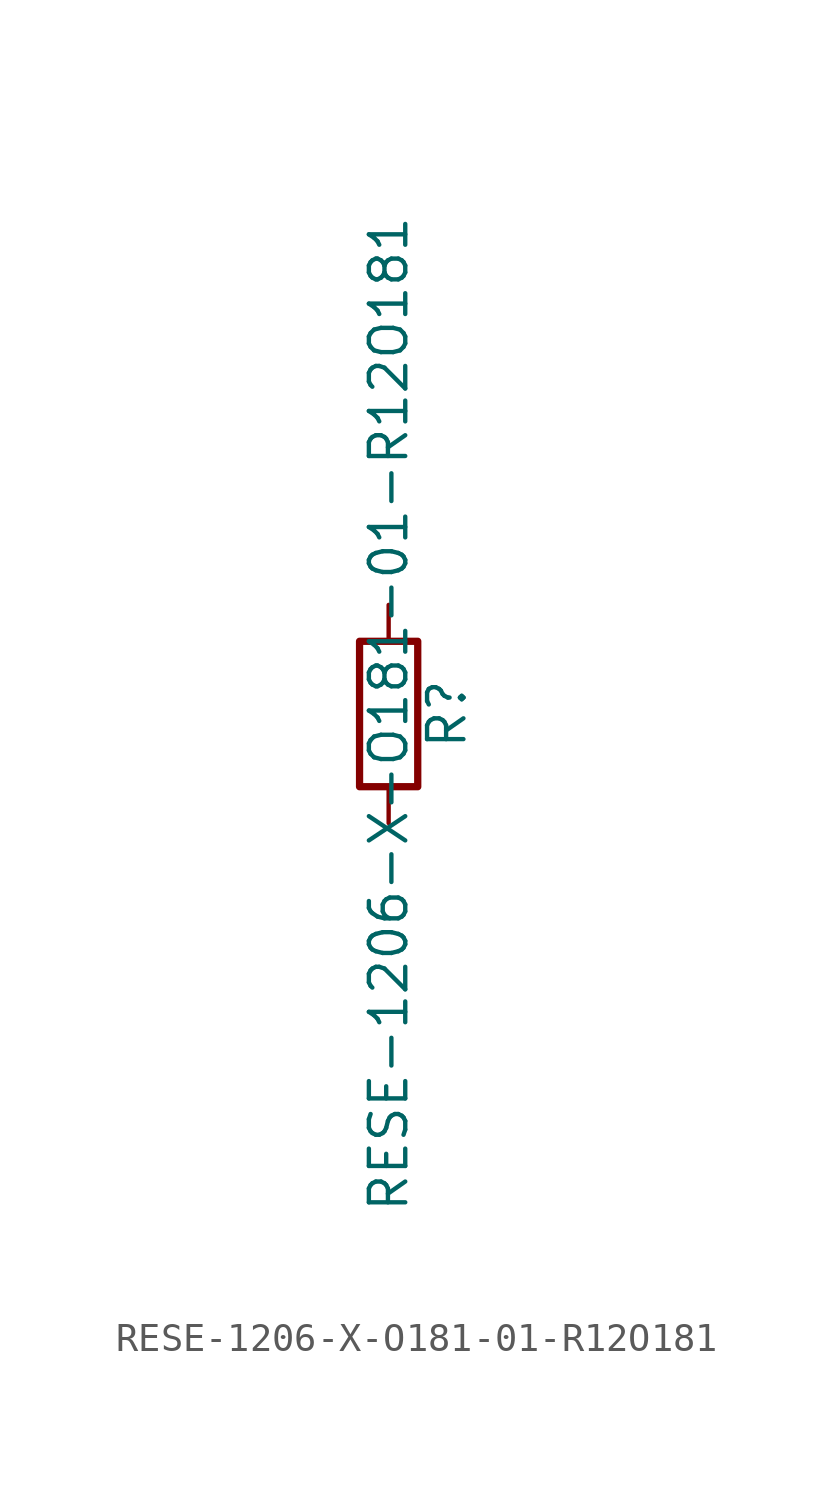
<source format=kicad_sym>
(kicad_symbol_lib
  (version 20211014)
  (generator kicad_symbol_editor)
  (symbol "RESE-1206-X-O181-01-R12O181"
    (pin_numbers hide)
    (pin_names
      (offset 0))
    (property "Reference" "R"
      (at 2.032 0 90)
      (effects (font (size 1.27 1.27))))
    (property "Value" "RESE-1206-X-O181-01-R12O181"
      (at 0 0 90)
      (effects (font (size 1.27 1.27))))
    (symbol "RESE-1206-X-O181-01-R12O181_0_1"
      (rectangle (start -1.016 -2.54) (end 1.016 2.54) (stroke (width 0.254) (type default) (color 0 0 0 0)) (fill (type none))))
    (symbol "RESE-1206-X-O181-01-R12O181_1_1"
      (pin passive line (at 0 3.81 270) (length 1.27) (name "~" (effects (font (size 1.27 1.27)))) (number "1" (effects (font (size 1.27 1.27)))))
      (pin passive line (at 0 -3.81 90) (length 1.27) (name "~" (effects (font (size 1.27 1.27)))) (number "2" (effects (font (size 1.27 1.27))))))))
</source>
